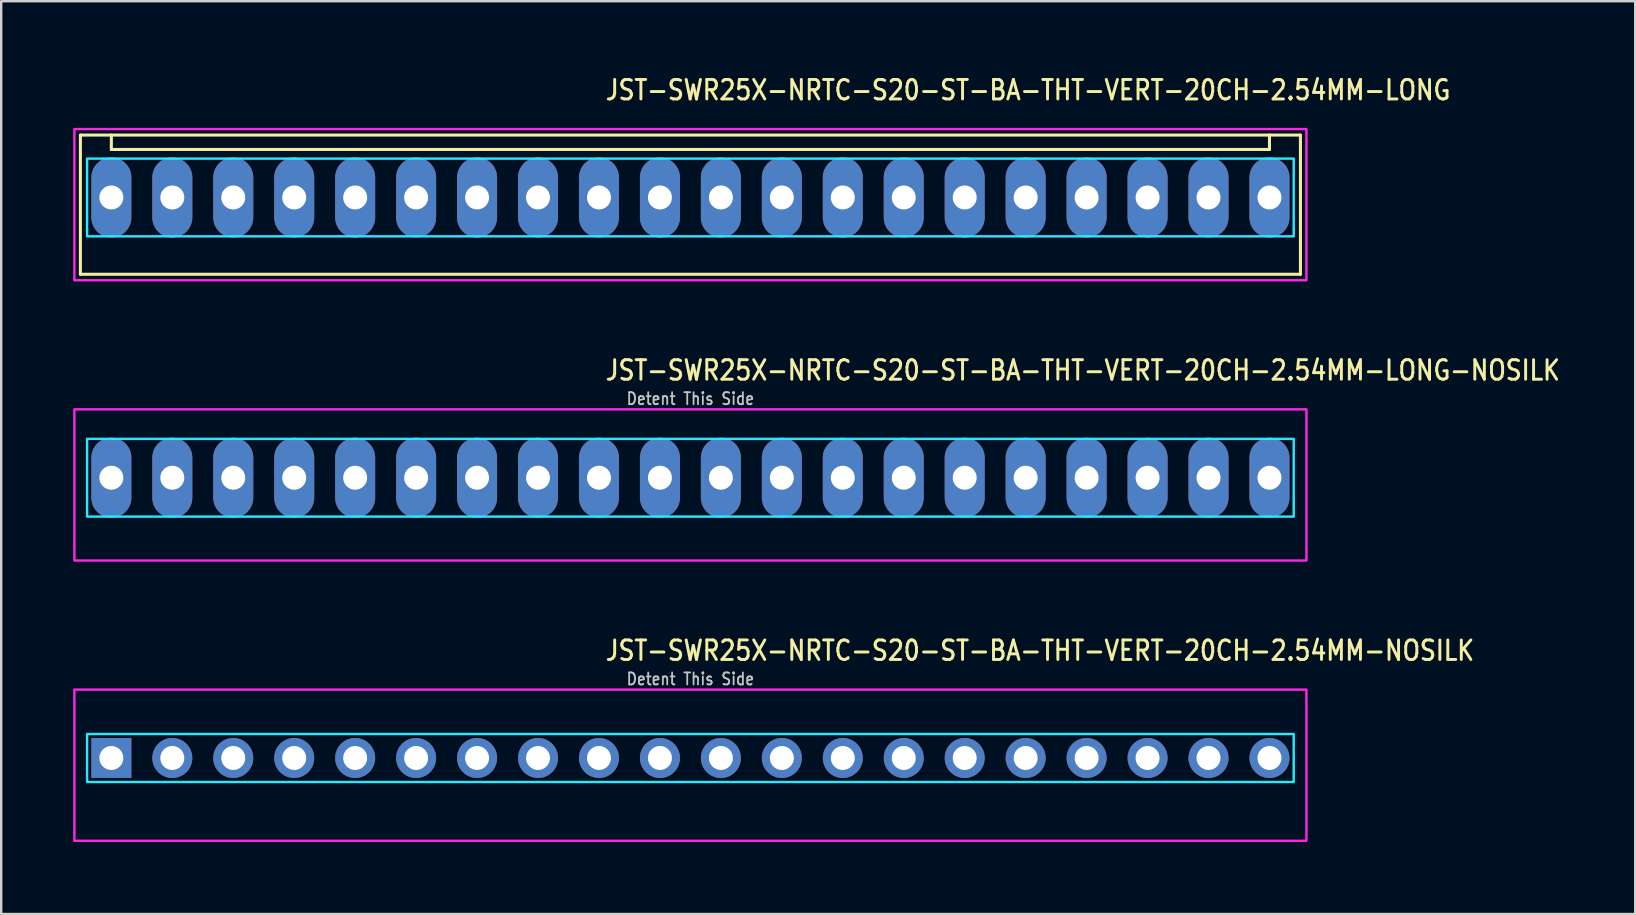
<source format=kicad_pcb>
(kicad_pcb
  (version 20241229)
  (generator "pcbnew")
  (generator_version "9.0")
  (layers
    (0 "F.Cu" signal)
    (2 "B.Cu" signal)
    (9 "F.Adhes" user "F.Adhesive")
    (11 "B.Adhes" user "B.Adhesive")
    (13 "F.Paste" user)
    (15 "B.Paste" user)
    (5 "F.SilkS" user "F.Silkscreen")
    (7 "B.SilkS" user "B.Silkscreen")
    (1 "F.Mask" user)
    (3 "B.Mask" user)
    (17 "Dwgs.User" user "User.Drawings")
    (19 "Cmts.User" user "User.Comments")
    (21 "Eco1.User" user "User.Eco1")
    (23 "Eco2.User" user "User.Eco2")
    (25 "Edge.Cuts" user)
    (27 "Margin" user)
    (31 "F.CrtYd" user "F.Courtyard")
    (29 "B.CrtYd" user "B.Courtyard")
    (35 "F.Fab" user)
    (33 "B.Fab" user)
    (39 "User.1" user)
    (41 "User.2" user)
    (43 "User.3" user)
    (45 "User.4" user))
  (footprint "JST-SWR25X-NRTC-S20-ST-BA-THT-VERT-20CH-2.54MM-LONG"
    (layer "F.Cu")
    (at 25.72 5.179)
    (property "Reference" "JST-SWR25X-NRTC-S20-ST-BA-THT-VERT-20CH-2.54MM-LONG" (at -3.6 -4 0) (unlocked yes) (layer "F.SilkS") (effects (font (size 0.813 0.695) (thickness 0.122)) (justify left bottom)))
    (fp_line (start -25.42 -2.6) (end 25.42 -2.6) (stroke (width 0.127) (type solid)) (layer "F.SilkS"))
    (fp_line (start -25.42 3.2) (end -25.42 -2.6) (stroke (width 0.127) (type solid)) (layer "F.SilkS"))
    (fp_line (start -25.42 3.2) (end 25.42 3.2) (stroke (width 0.127) (type solid)) (layer "F.SilkS"))
    (fp_line (start -24.13 -2.6) (end -24.13 -2) (stroke (width 0.127) (type solid)) (layer "F.SilkS"))
    (fp_line (start -24.13 -2) (end 24.13 -2) (stroke (width 0.127) (type solid)) (layer "F.SilkS"))
    (fp_line (start 24.13 -2.6) (end 24.13 -2) (stroke (width 0.127) (type solid)) (layer "F.SilkS"))
    (fp_line (start 25.42 -2.6) (end 25.42 3.2) (stroke (width 0.127) (type solid)) (layer "F.SilkS"))
    (fp_poly (pts (xy -25.14 -1.62) (xy -25.14 1.62) (xy 25.14 1.62) (xy 25.14 -1.62)) (stroke (width 0.1) (type solid)) (fill no) (layer "B.CrtYd"))
    (fp_poly (pts (xy -25.67 -2.85) (xy -25.67 3.45) (xy 25.67 3.45) (xy 25.67 -2.85)) (stroke (width 0.1) (type solid)) (fill no) (layer "F.CrtYd"))
    (pad "1" thru_hole oval (at -24.13 0 90) (size 3.333 1.667) (drill 1) (layers "*.Cu" "*.Mask"))
    (pad "2" thru_hole oval (at -21.59 0 90) (size 3.333 1.667) (drill 1) (layers "*.Cu" "*.Mask"))
    (pad "3" thru_hole oval (at -19.05 0 90) (size 3.333 1.667) (drill 1) (layers "*.Cu" "*.Mask"))
    (pad "4" thru_hole oval (at -16.51 0 90) (size 3.333 1.667) (drill 1) (layers "*.Cu" "*.Mask"))
    (pad "5" thru_hole oval (at -13.97 0 90) (size 3.333 1.667) (drill 1) (layers "*.Cu" "*.Mask"))
    (pad "6" thru_hole oval (at -11.43 0 90) (size 3.333 1.667) (drill 1) (layers "*.Cu" "*.Mask"))
    (pad "7" thru_hole oval (at -8.89 0 90) (size 3.333 1.667) (drill 1) (layers "*.Cu" "*.Mask"))
    (pad "8" thru_hole oval (at -6.35 0 90) (size 3.333 1.667) (drill 1) (layers "*.Cu" "*.Mask"))
    (pad "9" thru_hole oval (at -3.81 0 90) (size 3.333 1.667) (drill 1) (layers "*.Cu" "*.Mask"))
    (pad "10" thru_hole oval (at -1.27 0 90) (size 3.333 1.667) (drill 1) (layers "*.Cu" "*.Mask"))
    (pad "11" thru_hole oval (at 1.27 0 90) (size 3.333 1.667) (drill 1) (layers "*.Cu" "*.Mask"))
    (pad "12" thru_hole oval (at 3.81 0 90) (size 3.333 1.667) (drill 1) (layers "*.Cu" "*.Mask"))
    (pad "13" thru_hole oval (at 6.35 0 90) (size 3.333 1.667) (drill 1) (layers "*.Cu" "*.Mask"))
    (pad "14" thru_hole oval (at 8.89 0 90) (size 3.333 1.667) (drill 1) (layers "*.Cu" "*.Mask"))
    (pad "15" thru_hole oval (at 11.43 0 90) (size 3.333 1.667) (drill 1) (layers "*.Cu" "*.Mask"))
    (pad "16" thru_hole oval (at 13.97 0 90) (size 3.333 1.667) (drill 1) (layers "*.Cu" "*.Mask"))
    (pad "17" thru_hole oval (at 16.51 0 90) (size 3.333 1.667) (drill 1) (layers "*.Cu" "*.Mask"))
    (pad "18" thru_hole oval (at 19.05 0 90) (size 3.333 1.667) (drill 1) (layers "*.Cu" "*.Mask"))
    (pad "19" thru_hole oval (at 21.59 0 90) (size 3.333 1.667) (drill 1) (layers "*.Cu" "*.Mask"))
    (pad "20" thru_hole oval (at 24.13 0 90) (size 3.333 1.667) (drill 1) (layers "*.Cu" "*.Mask")))
  (footprint "JST-SWR25X-NRTC-S20-ST-BA-THT-VERT-20CH-2.54MM-NOSILK"
    (layer "F.Cu")
    (at 25.72 28.536)
    (property "Reference" "JST-SWR25X-NRTC-S20-ST-BA-THT-VERT-20CH-2.54MM-NOSILK" (at -3.6 -4 0) (unlocked yes) (layer "F.SilkS") (effects (font (size 0.813 0.695) (thickness 0.122)) (justify left bottom)))
    (fp_poly (pts (xy -25.14 -1) (xy -25.14 1) (xy 25.14 1) (xy 25.14 -1)) (stroke (width 0.1) (type solid)) (fill no) (layer "B.CrtYd"))
    (fp_poly (pts (xy -25.67 -2.85) (xy -25.67 3.45) (xy 25.67 3.45) (xy 25.67 -2.85)) (stroke (width 0.1) (type solid)) (fill no) (layer "F.CrtYd"))
    (fp_text user "Detent This Side" (at 0 -3 0) (unlocked yes) (layer "Dwgs.User") (effects (font (size 0.5 0.427) (thickness 0.075)) (justify bottom)))
    (pad "1" thru_hole rect (at -24.13 0) (size 1.667 1.667) (drill 1) (layers "*.Cu" "*.Mask"))
    (pad "2" thru_hole oval (at -21.59 0) (size 1.667 1.667) (drill 1) (layers "*.Cu" "*.Mask"))
    (pad "3" thru_hole oval (at -19.05 0) (size 1.667 1.667) (drill 1) (layers "*.Cu" "*.Mask"))
    (pad "4" thru_hole oval (at -16.51 0) (size 1.667 1.667) (drill 1) (layers "*.Cu" "*.Mask"))
    (pad "5" thru_hole oval (at -13.97 0) (size 1.667 1.667) (drill 1) (layers "*.Cu" "*.Mask"))
    (pad "6" thru_hole oval (at -11.43 0) (size 1.667 1.667) (drill 1) (layers "*.Cu" "*.Mask"))
    (pad "7" thru_hole oval (at -8.89 0) (size 1.667 1.667) (drill 1) (layers "*.Cu" "*.Mask"))
    (pad "8" thru_hole oval (at -6.35 0) (size 1.667 1.667) (drill 1) (layers "*.Cu" "*.Mask"))
    (pad "9" thru_hole oval (at -3.81 0) (size 1.667 1.667) (drill 1) (layers "*.Cu" "*.Mask"))
    (pad "10" thru_hole oval (at -1.27 0) (size 1.667 1.667) (drill 1) (layers "*.Cu" "*.Mask"))
    (pad "11" thru_hole oval (at 1.27 0) (size 1.667 1.667) (drill 1) (layers "*.Cu" "*.Mask"))
    (pad "12" thru_hole oval (at 3.81 0) (size 1.667 1.667) (drill 1) (layers "*.Cu" "*.Mask"))
    (pad "13" thru_hole oval (at 6.35 0) (size 1.667 1.667) (drill 1) (layers "*.Cu" "*.Mask"))
    (pad "14" thru_hole oval (at 8.89 0) (size 1.667 1.667) (drill 1) (layers "*.Cu" "*.Mask"))
    (pad "15" thru_hole oval (at 11.43 0) (size 1.667 1.667) (drill 1) (layers "*.Cu" "*.Mask"))
    (pad "16" thru_hole oval (at 13.97 0) (size 1.667 1.667) (drill 1) (layers "*.Cu" "*.Mask"))
    (pad "17" thru_hole oval (at 16.51 0) (size 1.667 1.667) (drill 1) (layers "*.Cu" "*.Mask"))
    (pad "18" thru_hole oval (at 19.05 0) (size 1.667 1.667) (drill 1) (layers "*.Cu" "*.Mask"))
    (pad "19" thru_hole oval (at 21.59 0) (size 1.667 1.667) (drill 1) (layers "*.Cu" "*.Mask"))
    (pad "20" thru_hole oval (at 24.13 0) (size 1.667 1.667) (drill 1) (layers "*.Cu" "*.Mask")))
  (footprint "JST-SWR25X-NRTC-S20-ST-BA-THT-VERT-20CH-2.54MM-LONG-NOSILK"
    (layer "F.Cu")
    (at 25.72 16.857)
    (property "Reference" "JST-SWR25X-NRTC-S20-ST-BA-THT-VERT-20CH-2.54MM-LONG-NOSILK" (at -3.6 -4 0) (unlocked yes) (layer "F.SilkS") (effects (font (size 0.813 0.695) (thickness 0.122)) (justify left bottom)))
    (fp_poly (pts (xy -25.14 -1.62) (xy -25.14 1.62) (xy 25.14 1.62) (xy 25.14 -1.62)) (stroke (width 0.1) (type solid)) (fill no) (layer "B.CrtYd"))
    (fp_poly (pts (xy -25.67 -2.85) (xy -25.67 3.45) (xy 25.67 3.45) (xy 25.67 -2.85)) (stroke (width 0.1) (type solid)) (fill no) (layer "F.CrtYd"))
    (fp_text user "Detent This Side" (at 0 -3 0) (unlocked yes) (layer "Dwgs.User") (effects (font (size 0.5 0.427) (thickness 0.075)) (justify bottom)))
    (pad "1" thru_hole oval (at -24.13 0 90) (size 3.333 1.667) (drill 1) (layers "*.Cu" "*.Mask"))
    (pad "2" thru_hole oval (at -21.59 0 90) (size 3.333 1.667) (drill 1) (layers "*.Cu" "*.Mask"))
    (pad "3" thru_hole oval (at -19.05 0 90) (size 3.333 1.667) (drill 1) (layers "*.Cu" "*.Mask"))
    (pad "4" thru_hole oval (at -16.51 0 90) (size 3.333 1.667) (drill 1) (layers "*.Cu" "*.Mask"))
    (pad "5" thru_hole oval (at -13.97 0 90) (size 3.333 1.667) (drill 1) (layers "*.Cu" "*.Mask"))
    (pad "6" thru_hole oval (at -11.43 0 90) (size 3.333 1.667) (drill 1) (layers "*.Cu" "*.Mask"))
    (pad "7" thru_hole oval (at -8.89 0 90) (size 3.333 1.667) (drill 1) (layers "*.Cu" "*.Mask"))
    (pad "8" thru_hole oval (at -6.35 0 90) (size 3.333 1.667) (drill 1) (layers "*.Cu" "*.Mask"))
    (pad "9" thru_hole oval (at -3.81 0 90) (size 3.333 1.667) (drill 1) (layers "*.Cu" "*.Mask"))
    (pad "10" thru_hole oval (at -1.27 0 90) (size 3.333 1.667) (drill 1) (layers "*.Cu" "*.Mask"))
    (pad "11" thru_hole oval (at 1.27 0 90) (size 3.333 1.667) (drill 1) (layers "*.Cu" "*.Mask"))
    (pad "12" thru_hole oval (at 3.81 0 90) (size 3.333 1.667) (drill 1) (layers "*.Cu" "*.Mask"))
    (pad "13" thru_hole oval (at 6.35 0 90) (size 3.333 1.667) (drill 1) (layers "*.Cu" "*.Mask"))
    (pad "14" thru_hole oval (at 8.89 0 90) (size 3.333 1.667) (drill 1) (layers "*.Cu" "*.Mask"))
    (pad "15" thru_hole oval (at 11.43 0 90) (size 3.333 1.667) (drill 1) (layers "*.Cu" "*.Mask"))
    (pad "16" thru_hole oval (at 13.97 0 90) (size 3.333 1.667) (drill 1) (layers "*.Cu" "*.Mask"))
    (pad "17" thru_hole oval (at 16.51 0 90) (size 3.333 1.667) (drill 1) (layers "*.Cu" "*.Mask"))
    (pad "18" thru_hole oval (at 19.05 0 90) (size 3.333 1.667) (drill 1) (layers "*.Cu" "*.Mask"))
    (pad "19" thru_hole oval (at 21.59 0 90) (size 3.333 1.667) (drill 1) (layers "*.Cu" "*.Mask"))
    (pad "20" thru_hole oval (at 24.13 0 90) (size 3.333 1.667) (drill 1) (layers "*.Cu" "*.Mask")))
  (gr_rect
    (start -3 -3)
    (end 65.091 35.036)
    (stroke (width 0.1) (type default))
    (fill no)
    (layer "Edge.Cuts")))
</source>
